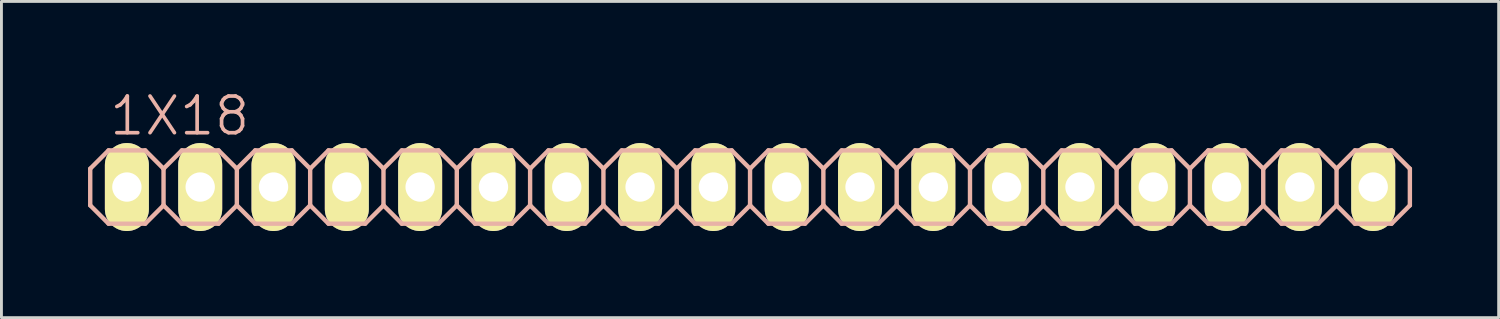
<source format=kicad_pcb>
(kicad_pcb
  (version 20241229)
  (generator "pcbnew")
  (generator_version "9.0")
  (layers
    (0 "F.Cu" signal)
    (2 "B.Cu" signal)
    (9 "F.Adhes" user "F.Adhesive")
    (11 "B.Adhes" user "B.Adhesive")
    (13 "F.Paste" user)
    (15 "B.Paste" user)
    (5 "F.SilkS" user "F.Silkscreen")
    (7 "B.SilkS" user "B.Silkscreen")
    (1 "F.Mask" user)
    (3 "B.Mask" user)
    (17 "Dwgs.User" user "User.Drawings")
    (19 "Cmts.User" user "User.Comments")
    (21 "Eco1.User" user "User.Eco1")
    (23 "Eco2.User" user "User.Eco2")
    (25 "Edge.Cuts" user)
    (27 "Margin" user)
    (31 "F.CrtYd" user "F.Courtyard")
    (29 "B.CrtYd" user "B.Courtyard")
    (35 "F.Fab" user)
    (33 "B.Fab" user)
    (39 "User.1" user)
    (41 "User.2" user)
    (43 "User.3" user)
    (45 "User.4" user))
  (footprint "1X18"
    (layer "F.Cu")
    (at 22.936 3.43)
    (property "Reference" "1X18" (at -19.761 -2.464 0) (layer "B.SilkS") (effects (font (size 1.27 1.27) (thickness 0.127))))
    (attr exclude_from_pos_files exclude_from_bom)
    (fp_line (start -21.844 -0.254) (end -21.336 -0.254) (stroke (width 0.066) (type solid)) (layer "F.SilkS"))
    (fp_line (start -21.844 0.254) (end -21.844 -0.254) (stroke (width 0.066) (type solid)) (layer "F.SilkS"))
    (fp_line (start -21.844 0.254) (end -21.336 0.254) (stroke (width 0.066) (type solid)) (layer "F.SilkS"))
    (fp_line (start -21.336 0.254) (end -21.336 -0.254) (stroke (width 0.066) (type solid)) (layer "F.SilkS"))
    (fp_line (start -19.304 -0.254) (end -18.796 -0.254) (stroke (width 0.066) (type solid)) (layer "F.SilkS"))
    (fp_line (start -19.304 0.254) (end -19.304 -0.254) (stroke (width 0.066) (type solid)) (layer "F.SilkS"))
    (fp_line (start -19.304 0.254) (end -18.796 0.254) (stroke (width 0.066) (type solid)) (layer "F.SilkS"))
    (fp_line (start -18.796 0.254) (end -18.796 -0.254) (stroke (width 0.066) (type solid)) (layer "F.SilkS"))
    (fp_line (start -16.764 -0.254) (end -16.256 -0.254) (stroke (width 0.066) (type solid)) (layer "F.SilkS"))
    (fp_line (start -16.764 0.254) (end -16.764 -0.254) (stroke (width 0.066) (type solid)) (layer "F.SilkS"))
    (fp_line (start -16.764 0.254) (end -16.256 0.254) (stroke (width 0.066) (type solid)) (layer "F.SilkS"))
    (fp_line (start -16.256 0.254) (end -16.256 -0.254) (stroke (width 0.066) (type solid)) (layer "F.SilkS"))
    (fp_line (start -14.224 -0.254) (end -13.716 -0.254) (stroke (width 0.066) (type solid)) (layer "F.SilkS"))
    (fp_line (start -14.224 0.254) (end -14.224 -0.254) (stroke (width 0.066) (type solid)) (layer "F.SilkS"))
    (fp_line (start -14.224 0.254) (end -13.716 0.254) (stroke (width 0.066) (type solid)) (layer "F.SilkS"))
    (fp_line (start -13.716 0.254) (end -13.716 -0.254) (stroke (width 0.066) (type solid)) (layer "F.SilkS"))
    (fp_line (start -11.684 -0.254) (end -11.176 -0.254) (stroke (width 0.066) (type solid)) (layer "F.SilkS"))
    (fp_line (start -11.684 0.254) (end -11.684 -0.254) (stroke (width 0.066) (type solid)) (layer "F.SilkS"))
    (fp_line (start -11.684 0.254) (end -11.176 0.254) (stroke (width 0.066) (type solid)) (layer "F.SilkS"))
    (fp_line (start -11.176 0.254) (end -11.176 -0.254) (stroke (width 0.066) (type solid)) (layer "F.SilkS"))
    (fp_line (start -9.144 -0.254) (end -8.636 -0.254) (stroke (width 0.066) (type solid)) (layer "F.SilkS"))
    (fp_line (start -9.144 0.254) (end -9.144 -0.254) (stroke (width 0.066) (type solid)) (layer "F.SilkS"))
    (fp_line (start -9.144 0.254) (end -8.636 0.254) (stroke (width 0.066) (type solid)) (layer "F.SilkS"))
    (fp_line (start -8.636 0.254) (end -8.636 -0.254) (stroke (width 0.066) (type solid)) (layer "F.SilkS"))
    (fp_line (start -6.604 -0.254) (end -6.096 -0.254) (stroke (width 0.066) (type solid)) (layer "F.SilkS"))
    (fp_line (start -6.604 0.254) (end -6.604 -0.254) (stroke (width 0.066) (type solid)) (layer "F.SilkS"))
    (fp_line (start -6.604 0.254) (end -6.096 0.254) (stroke (width 0.066) (type solid)) (layer "F.SilkS"))
    (fp_line (start -6.096 0.254) (end -6.096 -0.254) (stroke (width 0.066) (type solid)) (layer "F.SilkS"))
    (fp_line (start -4.064 -0.254) (end -3.556 -0.254) (stroke (width 0.066) (type solid)) (layer "F.SilkS"))
    (fp_line (start -4.064 0.254) (end -4.064 -0.254) (stroke (width 0.066) (type solid)) (layer "F.SilkS"))
    (fp_line (start -4.064 0.254) (end -3.556 0.254) (stroke (width 0.066) (type solid)) (layer "F.SilkS"))
    (fp_line (start -3.556 0.254) (end -3.556 -0.254) (stroke (width 0.066) (type solid)) (layer "F.SilkS"))
    (fp_line (start -1.524 -0.254) (end -1.016 -0.254) (stroke (width 0.066) (type solid)) (layer "F.SilkS"))
    (fp_line (start -1.524 0.254) (end -1.524 -0.254) (stroke (width 0.066) (type solid)) (layer "F.SilkS"))
    (fp_line (start -1.524 0.254) (end -1.016 0.254) (stroke (width 0.066) (type solid)) (layer "F.SilkS"))
    (fp_line (start -1.016 0.254) (end -1.016 -0.254) (stroke (width 0.066) (type solid)) (layer "F.SilkS"))
    (fp_line (start 1.016 -0.254) (end 1.524 -0.254) (stroke (width 0.066) (type solid)) (layer "F.SilkS"))
    (fp_line (start 1.016 0.254) (end 1.016 -0.254) (stroke (width 0.066) (type solid)) (layer "F.SilkS"))
    (fp_line (start 1.016 0.254) (end 1.524 0.254) (stroke (width 0.066) (type solid)) (layer "F.SilkS"))
    (fp_line (start 1.524 0.254) (end 1.524 -0.254) (stroke (width 0.066) (type solid)) (layer "F.SilkS"))
    (fp_line (start 3.556 -0.254) (end 4.064 -0.254) (stroke (width 0.066) (type solid)) (layer "F.SilkS"))
    (fp_line (start 3.556 0.254) (end 3.556 -0.254) (stroke (width 0.066) (type solid)) (layer "F.SilkS"))
    (fp_line (start 3.556 0.254) (end 4.064 0.254) (stroke (width 0.066) (type solid)) (layer "F.SilkS"))
    (fp_line (start 4.064 0.254) (end 4.064 -0.254) (stroke (width 0.066) (type solid)) (layer "F.SilkS"))
    (fp_line (start 6.096 -0.254) (end 6.604 -0.254) (stroke (width 0.066) (type solid)) (layer "F.SilkS"))
    (fp_line (start 6.096 0.254) (end 6.096 -0.254) (stroke (width 0.066) (type solid)) (layer "F.SilkS"))
    (fp_line (start 6.096 0.254) (end 6.604 0.254) (stroke (width 0.066) (type solid)) (layer "F.SilkS"))
    (fp_line (start 6.604 0.254) (end 6.604 -0.254) (stroke (width 0.066) (type solid)) (layer "F.SilkS"))
    (fp_line (start 8.636 -0.254) (end 9.144 -0.254) (stroke (width 0.066) (type solid)) (layer "F.SilkS"))
    (fp_line (start 8.636 0.254) (end 8.636 -0.254) (stroke (width 0.066) (type solid)) (layer "F.SilkS"))
    (fp_line (start 8.636 0.254) (end 9.144 0.254) (stroke (width 0.066) (type solid)) (layer "F.SilkS"))
    (fp_line (start 9.144 0.254) (end 9.144 -0.254) (stroke (width 0.066) (type solid)) (layer "F.SilkS"))
    (fp_line (start 11.176 -0.254) (end 11.684 -0.254) (stroke (width 0.066) (type solid)) (layer "F.SilkS"))
    (fp_line (start 11.176 0.254) (end 11.176 -0.254) (stroke (width 0.066) (type solid)) (layer "F.SilkS"))
    (fp_line (start 11.176 0.254) (end 11.684 0.254) (stroke (width 0.066) (type solid)) (layer "F.SilkS"))
    (fp_line (start 11.684 0.254) (end 11.684 -0.254) (stroke (width 0.066) (type solid)) (layer "F.SilkS"))
    (fp_line (start 13.716 -0.254) (end 14.224 -0.254) (stroke (width 0.066) (type solid)) (layer "F.SilkS"))
    (fp_line (start 13.716 0.254) (end 13.716 -0.254) (stroke (width 0.066) (type solid)) (layer "F.SilkS"))
    (fp_line (start 13.716 0.254) (end 14.224 0.254) (stroke (width 0.066) (type solid)) (layer "F.SilkS"))
    (fp_line (start 14.224 0.254) (end 14.224 -0.254) (stroke (width 0.066) (type solid)) (layer "F.SilkS"))
    (fp_line (start 16.256 -0.254) (end 16.764 -0.254) (stroke (width 0.066) (type solid)) (layer "F.SilkS"))
    (fp_line (start 16.256 0.254) (end 16.256 -0.254) (stroke (width 0.066) (type solid)) (layer "F.SilkS"))
    (fp_line (start 16.256 0.254) (end 16.764 0.254) (stroke (width 0.066) (type solid)) (layer "F.SilkS"))
    (fp_line (start 16.764 0.254) (end 16.764 -0.254) (stroke (width 0.066) (type solid)) (layer "F.SilkS"))
    (fp_line (start 18.796 -0.254) (end 19.304 -0.254) (stroke (width 0.066) (type solid)) (layer "F.SilkS"))
    (fp_line (start 18.796 0.254) (end 18.796 -0.254) (stroke (width 0.066) (type solid)) (layer "F.SilkS"))
    (fp_line (start 18.796 0.254) (end 19.304 0.254) (stroke (width 0.066) (type solid)) (layer "F.SilkS"))
    (fp_line (start 19.304 0.254) (end 19.304 -0.254) (stroke (width 0.066) (type solid)) (layer "F.SilkS"))
    (fp_line (start 21.336 -0.254) (end 21.844 -0.254) (stroke (width 0.066) (type solid)) (layer "F.SilkS"))
    (fp_line (start 21.336 0.254) (end 21.336 -0.254) (stroke (width 0.066) (type solid)) (layer "F.SilkS"))
    (fp_line (start 21.336 0.254) (end 21.844 0.254) (stroke (width 0.066) (type solid)) (layer "F.SilkS"))
    (fp_line (start 21.844 0.254) (end 21.844 -0.254) (stroke (width 0.066) (type solid)) (layer "F.SilkS"))
    (fp_line (start -22.86 -0.635) (end -22.86 0.635) (stroke (width 0.152) (type solid)) (layer "B.SilkS"))
    (fp_line (start -22.86 0.635) (end -22.225 1.27) (stroke (width 0.152) (type solid)) (layer "B.SilkS"))
    (fp_line (start -22.225 -1.27) (end -22.86 -0.635) (stroke (width 0.152) (type solid)) (layer "B.SilkS"))
    (fp_line (start -22.225 -1.27) (end -20.955 -1.27) (stroke (width 0.152) (type solid)) (layer "B.SilkS"))
    (fp_line (start -20.955 -1.27) (end -20.32 -0.635) (stroke (width 0.152) (type solid)) (layer "B.SilkS"))
    (fp_line (start -20.955 1.27) (end -22.225 1.27) (stroke (width 0.152) (type solid)) (layer "B.SilkS"))
    (fp_line (start -20.32 -0.635) (end -20.32 0.635) (stroke (width 0.152) (type solid)) (layer "B.SilkS"))
    (fp_line (start -20.32 -0.635) (end -19.685 -1.27) (stroke (width 0.152) (type solid)) (layer "B.SilkS"))
    (fp_line (start -20.32 0.635) (end -20.955 1.27) (stroke (width 0.152) (type solid)) (layer "B.SilkS"))
    (fp_line (start -19.685 -1.27) (end -18.415 -1.27) (stroke (width 0.152) (type solid)) (layer "B.SilkS"))
    (fp_line (start -19.685 1.27) (end -20.32 0.635) (stroke (width 0.152) (type solid)) (layer "B.SilkS"))
    (fp_line (start -18.415 -1.27) (end -17.78 -0.635) (stroke (width 0.152) (type solid)) (layer "B.SilkS"))
    (fp_line (start -18.415 1.27) (end -19.685 1.27) (stroke (width 0.152) (type solid)) (layer "B.SilkS"))
    (fp_line (start -17.78 -0.635) (end -17.78 0.635) (stroke (width 0.152) (type solid)) (layer "B.SilkS"))
    (fp_line (start -17.78 -0.635) (end -17.145 -1.27) (stroke (width 0.152) (type solid)) (layer "B.SilkS"))
    (fp_line (start -17.78 0.635) (end -18.415 1.27) (stroke (width 0.152) (type solid)) (layer "B.SilkS"))
    (fp_line (start -17.145 -1.27) (end -15.875 -1.27) (stroke (width 0.152) (type solid)) (layer "B.SilkS"))
    (fp_line (start -17.145 1.27) (end -17.78 0.635) (stroke (width 0.152) (type solid)) (layer "B.SilkS"))
    (fp_line (start -15.875 -1.27) (end -15.24 -0.635) (stroke (width 0.152) (type solid)) (layer "B.SilkS"))
    (fp_line (start -15.875 1.27) (end -17.145 1.27) (stroke (width 0.152) (type solid)) (layer "B.SilkS"))
    (fp_line (start -15.24 -0.635) (end -15.24 0.635) (stroke (width 0.152) (type solid)) (layer "B.SilkS"))
    (fp_line (start -15.24 0.635) (end -15.875 1.27) (stroke (width 0.152) (type solid)) (layer "B.SilkS"))
    (fp_line (start -15.24 0.635) (end -14.605 1.27) (stroke (width 0.152) (type solid)) (layer "B.SilkS"))
    (fp_line (start -14.605 -1.27) (end -15.24 -0.635) (stroke (width 0.152) (type solid)) (layer "B.SilkS"))
    (fp_line (start -14.605 -1.27) (end -13.335 -1.27) (stroke (width 0.152) (type solid)) (layer "B.SilkS"))
    (fp_line (start -13.335 -1.27) (end -12.7 -0.635) (stroke (width 0.152) (type solid)) (layer "B.SilkS"))
    (fp_line (start -13.335 1.27) (end -14.605 1.27) (stroke (width 0.152) (type solid)) (layer "B.SilkS"))
    (fp_line (start -12.7 -0.635) (end -12.7 0.635) (stroke (width 0.152) (type solid)) (layer "B.SilkS"))
    (fp_line (start -12.7 -0.635) (end -12.065 -1.27) (stroke (width 0.152) (type solid)) (layer "B.SilkS"))
    (fp_line (start -12.7 0.635) (end -13.335 1.27) (stroke (width 0.152) (type solid)) (layer "B.SilkS"))
    (fp_line (start -12.065 -1.27) (end -10.795 -1.27) (stroke (width 0.152) (type solid)) (layer "B.SilkS"))
    (fp_line (start -12.065 1.27) (end -12.7 0.635) (stroke (width 0.152) (type solid)) (layer "B.SilkS"))
    (fp_line (start -10.795 -1.27) (end -10.16 -0.635) (stroke (width 0.152) (type solid)) (layer "B.SilkS"))
    (fp_line (start -10.795 1.27) (end -12.065 1.27) (stroke (width 0.152) (type solid)) (layer "B.SilkS"))
    (fp_line (start -10.16 -0.635) (end -10.16 0.635) (stroke (width 0.152) (type solid)) (layer "B.SilkS"))
    (fp_line (start -10.16 -0.635) (end -9.525 -1.27) (stroke (width 0.152) (type solid)) (layer "B.SilkS"))
    (fp_line (start -10.16 0.635) (end -10.795 1.27) (stroke (width 0.152) (type solid)) (layer "B.SilkS"))
    (fp_line (start -9.525 -1.27) (end -8.255 -1.27) (stroke (width 0.152) (type solid)) (layer "B.SilkS"))
    (fp_line (start -9.525 1.27) (end -10.16 0.635) (stroke (width 0.152) (type solid)) (layer "B.SilkS"))
    (fp_line (start -8.255 -1.27) (end -7.62 -0.635) (stroke (width 0.152) (type solid)) (layer "B.SilkS"))
    (fp_line (start -8.255 1.27) (end -9.525 1.27) (stroke (width 0.152) (type solid)) (layer "B.SilkS"))
    (fp_line (start -7.62 -0.635) (end -7.62 0.635) (stroke (width 0.152) (type solid)) (layer "B.SilkS"))
    (fp_line (start -7.62 0.635) (end -8.255 1.27) (stroke (width 0.152) (type solid)) (layer "B.SilkS"))
    (fp_line (start -7.62 0.635) (end -6.985 1.27) (stroke (width 0.152) (type solid)) (layer "B.SilkS"))
    (fp_line (start -6.985 -1.27) (end -7.62 -0.635) (stroke (width 0.152) (type solid)) (layer "B.SilkS"))
    (fp_line (start -6.985 -1.27) (end -5.715 -1.27) (stroke (width 0.152) (type solid)) (layer "B.SilkS"))
    (fp_line (start -5.715 -1.27) (end -5.08 -0.635) (stroke (width 0.152) (type solid)) (layer "B.SilkS"))
    (fp_line (start -5.715 1.27) (end -6.985 1.27) (stroke (width 0.152) (type solid)) (layer "B.SilkS"))
    (fp_line (start -5.08 -0.635) (end -5.08 0.635) (stroke (width 0.152) (type solid)) (layer "B.SilkS"))
    (fp_line (start -5.08 -0.635) (end -4.445 -1.27) (stroke (width 0.152) (type solid)) (layer "B.SilkS"))
    (fp_line (start -5.08 0.635) (end -5.715 1.27) (stroke (width 0.152) (type solid)) (layer "B.SilkS"))
    (fp_line (start -4.445 -1.27) (end -3.175 -1.27) (stroke (width 0.152) (type solid)) (layer "B.SilkS"))
    (fp_line (start -4.445 1.27) (end -5.08 0.635) (stroke (width 0.152) (type solid)) (layer "B.SilkS"))
    (fp_line (start -3.175 -1.27) (end -2.54 -0.635) (stroke (width 0.152) (type solid)) (layer "B.SilkS"))
    (fp_line (start -3.175 1.27) (end -4.445 1.27) (stroke (width 0.152) (type solid)) (layer "B.SilkS"))
    (fp_line (start -2.54 -0.635) (end -2.54 0.635) (stroke (width 0.152) (type solid)) (layer "B.SilkS"))
    (fp_line (start -2.54 -0.635) (end -1.905 -1.27) (stroke (width 0.152) (type solid)) (layer "B.SilkS"))
    (fp_line (start -2.54 0.635) (end -3.175 1.27) (stroke (width 0.152) (type solid)) (layer "B.SilkS"))
    (fp_line (start -1.905 -1.27) (end -0.635 -1.27) (stroke (width 0.152) (type solid)) (layer "B.SilkS"))
    (fp_line (start -1.905 1.27) (end -2.54 0.635) (stroke (width 0.152) (type solid)) (layer "B.SilkS"))
    (fp_line (start -0.635 -1.27) (end 0 -0.635) (stroke (width 0.152) (type solid)) (layer "B.SilkS"))
    (fp_line (start -0.635 1.27) (end -1.905 1.27) (stroke (width 0.152) (type solid)) (layer "B.SilkS"))
    (fp_line (start 0 -0.635) (end 0 0.635) (stroke (width 0.152) (type solid)) (layer "B.SilkS"))
    (fp_line (start 0 0.635) (end -0.635 1.27) (stroke (width 0.152) (type solid)) (layer "B.SilkS"))
    (fp_line (start 0 0.635) (end 0.635 1.27) (stroke (width 0.152) (type solid)) (layer "B.SilkS"))
    (fp_line (start 0.635 -1.27) (end 0 -0.635) (stroke (width 0.152) (type solid)) (layer "B.SilkS"))
    (fp_line (start 0.635 -1.27) (end 1.905 -1.27) (stroke (width 0.152) (type solid)) (layer "B.SilkS"))
    (fp_line (start 1.905 -1.27) (end 2.54 -0.635) (stroke (width 0.152) (type solid)) (layer "B.SilkS"))
    (fp_line (start 1.905 1.27) (end 0.635 1.27) (stroke (width 0.152) (type solid)) (layer "B.SilkS"))
    (fp_line (start 2.54 -0.635) (end 2.54 0.635) (stroke (width 0.152) (type solid)) (layer "B.SilkS"))
    (fp_line (start 2.54 -0.635) (end 3.175 -1.27) (stroke (width 0.152) (type solid)) (layer "B.SilkS"))
    (fp_line (start 2.54 0.635) (end 1.905 1.27) (stroke (width 0.152) (type solid)) (layer "B.SilkS"))
    (fp_line (start 3.175 -1.27) (end 4.445 -1.27) (stroke (width 0.152) (type solid)) (layer "B.SilkS"))
    (fp_line (start 3.175 1.27) (end 2.54 0.635) (stroke (width 0.152) (type solid)) (layer "B.SilkS"))
    (fp_line (start 4.445 -1.27) (end 5.08 -0.635) (stroke (width 0.152) (type solid)) (layer "B.SilkS"))
    (fp_line (start 4.445 1.27) (end 3.175 1.27) (stroke (width 0.152) (type solid)) (layer "B.SilkS"))
    (fp_line (start 5.08 -0.635) (end 5.08 0.635) (stroke (width 0.152) (type solid)) (layer "B.SilkS"))
    (fp_line (start 5.08 -0.635) (end 5.715 -1.27) (stroke (width 0.152) (type solid)) (layer "B.SilkS"))
    (fp_line (start 5.08 0.635) (end 4.445 1.27) (stroke (width 0.152) (type solid)) (layer "B.SilkS"))
    (fp_line (start 5.715 -1.27) (end 6.985 -1.27) (stroke (width 0.152) (type solid)) (layer "B.SilkS"))
    (fp_line (start 5.715 1.27) (end 5.08 0.635) (stroke (width 0.152) (type solid)) (layer "B.SilkS"))
    (fp_line (start 6.985 -1.27) (end 7.62 -0.635) (stroke (width 0.152) (type solid)) (layer "B.SilkS"))
    (fp_line (start 6.985 1.27) (end 5.715 1.27) (stroke (width 0.152) (type solid)) (layer "B.SilkS"))
    (fp_line (start 7.62 -0.635) (end 7.62 0.635) (stroke (width 0.152) (type solid)) (layer "B.SilkS"))
    (fp_line (start 7.62 0.635) (end 6.985 1.27) (stroke (width 0.152) (type solid)) (layer "B.SilkS"))
    (fp_line (start 7.62 0.635) (end 8.255 1.27) (stroke (width 0.152) (type solid)) (layer "B.SilkS"))
    (fp_line (start 8.255 -1.27) (end 7.62 -0.635) (stroke (width 0.152) (type solid)) (layer "B.SilkS"))
    (fp_line (start 8.255 -1.27) (end 9.525 -1.27) (stroke (width 0.152) (type solid)) (layer "B.SilkS"))
    (fp_line (start 9.525 -1.27) (end 10.16 -0.635) (stroke (width 0.152) (type solid)) (layer "B.SilkS"))
    (fp_line (start 9.525 1.27) (end 8.255 1.27) (stroke (width 0.152) (type solid)) (layer "B.SilkS"))
    (fp_line (start 10.16 -0.635) (end 10.16 0.635) (stroke (width 0.152) (type solid)) (layer "B.SilkS"))
    (fp_line (start 10.16 -0.635) (end 10.795 -1.27) (stroke (width 0.152) (type solid)) (layer "B.SilkS"))
    (fp_line (start 10.16 0.635) (end 9.525 1.27) (stroke (width 0.152) (type solid)) (layer "B.SilkS"))
    (fp_line (start 10.795 -1.27) (end 12.065 -1.27) (stroke (width 0.152) (type solid)) (layer "B.SilkS"))
    (fp_line (start 10.795 1.27) (end 10.16 0.635) (stroke (width 0.152) (type solid)) (layer "B.SilkS"))
    (fp_line (start 12.065 -1.27) (end 12.7 -0.635) (stroke (width 0.152) (type solid)) (layer "B.SilkS"))
    (fp_line (start 12.065 1.27) (end 10.795 1.27) (stroke (width 0.152) (type solid)) (layer "B.SilkS"))
    (fp_line (start 12.7 -0.635) (end 12.7 0.635) (stroke (width 0.152) (type solid)) (layer "B.SilkS"))
    (fp_line (start 12.7 -0.635) (end 13.335 -1.27) (stroke (width 0.152) (type solid)) (layer "B.SilkS"))
    (fp_line (start 12.7 0.635) (end 12.065 1.27) (stroke (width 0.152) (type solid)) (layer "B.SilkS"))
    (fp_line (start 13.335 -1.27) (end 14.605 -1.27) (stroke (width 0.152) (type solid)) (layer "B.SilkS"))
    (fp_line (start 13.335 1.27) (end 12.7 0.635) (stroke (width 0.152) (type solid)) (layer "B.SilkS"))
    (fp_line (start 14.605 -1.27) (end 15.24 -0.635) (stroke (width 0.152) (type solid)) (layer "B.SilkS"))
    (fp_line (start 14.605 1.27) (end 13.335 1.27) (stroke (width 0.152) (type solid)) (layer "B.SilkS"))
    (fp_line (start 15.24 -0.635) (end 15.24 0.635) (stroke (width 0.152) (type solid)) (layer "B.SilkS"))
    (fp_line (start 15.24 0.635) (end 14.605 1.27) (stroke (width 0.152) (type solid)) (layer "B.SilkS"))
    (fp_line (start 15.24 0.635) (end 15.875 1.27) (stroke (width 0.152) (type solid)) (layer "B.SilkS"))
    (fp_line (start 15.875 -1.27) (end 15.24 -0.635) (stroke (width 0.152) (type solid)) (layer "B.SilkS"))
    (fp_line (start 15.875 -1.27) (end 17.145 -1.27) (stroke (width 0.152) (type solid)) (layer "B.SilkS"))
    (fp_line (start 17.145 -1.27) (end 17.78 -0.635) (stroke (width 0.152) (type solid)) (layer "B.SilkS"))
    (fp_line (start 17.145 1.27) (end 15.875 1.27) (stroke (width 0.152) (type solid)) (layer "B.SilkS"))
    (fp_line (start 17.78 -0.635) (end 17.78 0.635) (stroke (width 0.152) (type solid)) (layer "B.SilkS"))
    (fp_line (start 17.78 -0.635) (end 18.415 -1.27) (stroke (width 0.152) (type solid)) (layer "B.SilkS"))
    (fp_line (start 17.78 0.635) (end 17.145 1.27) (stroke (width 0.152) (type solid)) (layer "B.SilkS"))
    (fp_line (start 18.415 -1.27) (end 19.685 -1.27) (stroke (width 0.152) (type solid)) (layer "B.SilkS"))
    (fp_line (start 18.415 1.27) (end 17.78 0.635) (stroke (width 0.152) (type solid)) (layer "B.SilkS"))
    (fp_line (start 19.685 -1.27) (end 20.32 -0.635) (stroke (width 0.152) (type solid)) (layer "B.SilkS"))
    (fp_line (start 19.685 1.27) (end 18.415 1.27) (stroke (width 0.152) (type solid)) (layer "B.SilkS"))
    (fp_line (start 20.32 -0.635) (end 20.32 0.635) (stroke (width 0.152) (type solid)) (layer "B.SilkS"))
    (fp_line (start 20.32 -0.635) (end 20.955 -1.27) (stroke (width 0.152) (type solid)) (layer "B.SilkS"))
    (fp_line (start 20.32 0.635) (end 19.685 1.27) (stroke (width 0.152) (type solid)) (layer "B.SilkS"))
    (fp_line (start 20.955 -1.27) (end 22.225 -1.27) (stroke (width 0.152) (type solid)) (layer "B.SilkS"))
    (fp_line (start 20.955 1.27) (end 20.32 0.635) (stroke (width 0.152) (type solid)) (layer "B.SilkS"))
    (fp_line (start 22.225 -1.27) (end 22.86 -0.635) (stroke (width 0.152) (type solid)) (layer "B.SilkS"))
    (fp_line (start 22.225 1.27) (end 20.955 1.27) (stroke (width 0.152) (type solid)) (layer "B.SilkS"))
    (fp_line (start 22.86 -0.635) (end 22.86 0.635) (stroke (width 0.152) (type solid)) (layer "B.SilkS"))
    (fp_line (start 22.86 0.635) (end 22.225 1.27) (stroke (width 0.152) (type solid)) (layer "B.SilkS"))
    (pad "1" thru_hole oval (at -21.59 0 180) (size 1.524 3.048) (drill 1.016) (layers "*.Cu" "F.Mask" "F.SilkS" "F.Paste"))
    (pad "2" thru_hole oval (at -19.05 0 180) (size 1.524 3.048) (drill 1.016) (layers "*.Cu" "F.Mask" "F.SilkS" "F.Paste"))
    (pad "3" thru_hole oval (at -16.51 0 180) (size 1.524 3.048) (drill 1.016) (layers "*.Cu" "F.Mask" "F.SilkS" "F.Paste"))
    (pad "4" thru_hole oval (at -13.97 0 180) (size 1.524 3.048) (drill 1.016) (layers "*.Cu" "F.Mask" "F.SilkS" "F.Paste"))
    (pad "5" thru_hole oval (at -11.43 0 180) (size 1.524 3.048) (drill 1.016) (layers "*.Cu" "F.Mask" "F.SilkS" "F.Paste"))
    (pad "6" thru_hole oval (at -8.89 0 180) (size 1.524 3.048) (drill 1.016) (layers "*.Cu" "F.Mask" "F.SilkS" "F.Paste"))
    (pad "7" thru_hole oval (at -6.35 0 180) (size 1.524 3.048) (drill 1.016) (layers "*.Cu" "F.Mask" "F.SilkS" "F.Paste"))
    (pad "8" thru_hole oval (at -3.81 0 180) (size 1.524 3.048) (drill 1.016) (layers "*.Cu" "F.Mask" "F.SilkS" "F.Paste"))
    (pad "9" thru_hole oval (at -1.27 0 180) (size 1.524 3.048) (drill 1.016) (layers "*.Cu" "F.Mask" "F.SilkS" "F.Paste"))
    (pad "10" thru_hole oval (at 1.27 0 180) (size 1.524 3.048) (drill 1.016) (layers "*.Cu" "F.Mask" "F.SilkS" "F.Paste"))
    (pad "11" thru_hole oval (at 3.81 0 180) (size 1.524 3.048) (drill 1.016) (layers "*.Cu" "F.Mask" "F.SilkS" "F.Paste"))
    (pad "12" thru_hole oval (at 6.35 0 180) (size 1.524 3.048) (drill 1.016) (layers "*.Cu" "F.Mask" "F.SilkS" "F.Paste"))
    (pad "13" thru_hole oval (at 8.89 0 180) (size 1.524 3.048) (drill 1.016) (layers "*.Cu" "F.Mask" "F.SilkS" "F.Paste"))
    (pad "14" thru_hole oval (at 11.43 0 180) (size 1.524 3.048) (drill 1.016) (layers "*.Cu" "F.Mask" "F.SilkS" "F.Paste"))
    (pad "15" thru_hole oval (at 13.97 0 180) (size 1.524 3.048) (drill 1.016) (layers "*.Cu" "F.Mask" "F.SilkS" "F.Paste"))
    (pad "16" thru_hole oval (at 16.51 0 180) (size 1.524 3.048) (drill 1.016) (layers "*.Cu" "F.Mask" "F.SilkS" "F.Paste"))
    (pad "17" thru_hole oval (at 19.05 0 180) (size 1.524 3.048) (drill 1.016) (layers "*.Cu" "F.Mask" "F.SilkS" "F.Paste"))
    (pad "18" thru_hole oval (at 21.59 0 180) (size 1.524 3.048) (drill 1.016) (layers "*.Cu" "F.Mask" "F.SilkS" "F.Paste")))
  (gr_rect
    (start -3 -3)
    (end 48.872 7.954)
    (stroke (width 0.1) (type default))
    (fill no)
    (layer "Edge.Cuts")))
</source>
